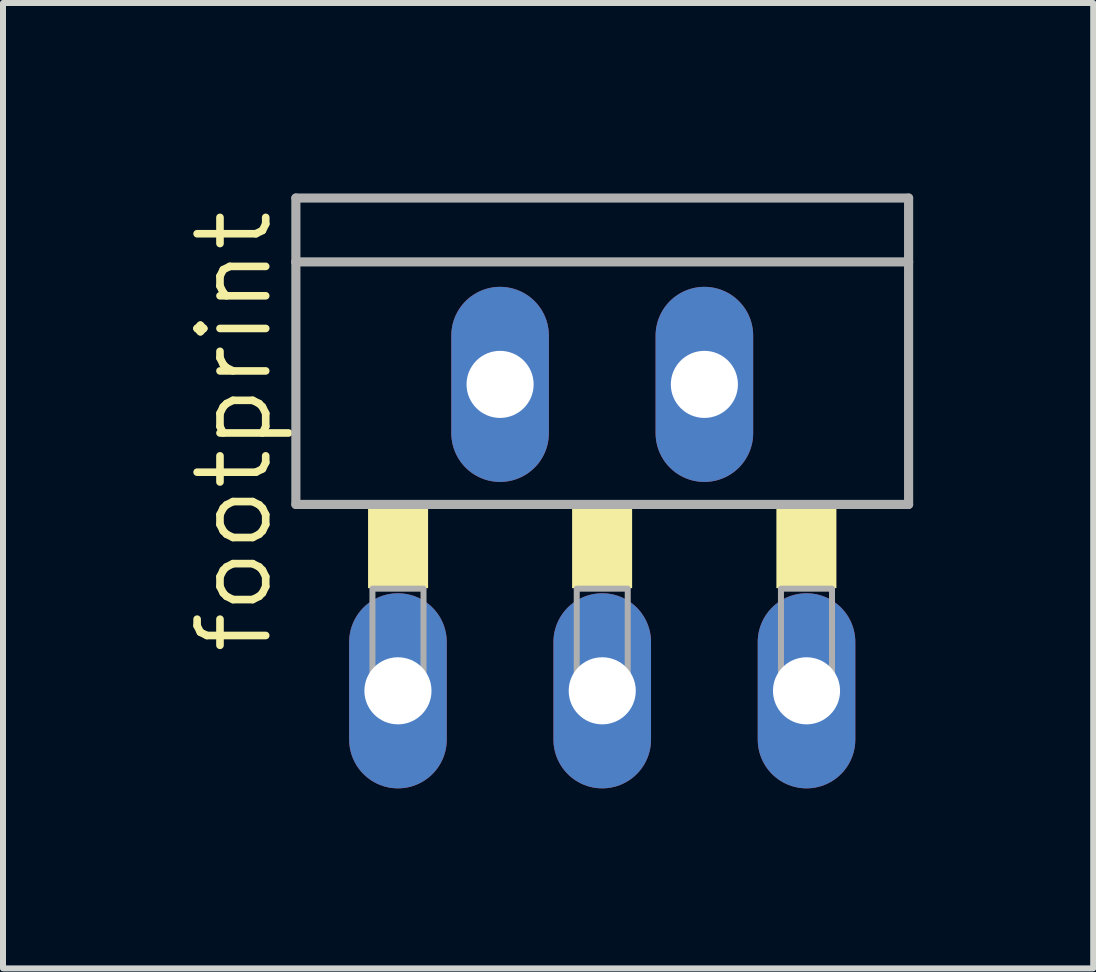
<source format=kicad_pcb>
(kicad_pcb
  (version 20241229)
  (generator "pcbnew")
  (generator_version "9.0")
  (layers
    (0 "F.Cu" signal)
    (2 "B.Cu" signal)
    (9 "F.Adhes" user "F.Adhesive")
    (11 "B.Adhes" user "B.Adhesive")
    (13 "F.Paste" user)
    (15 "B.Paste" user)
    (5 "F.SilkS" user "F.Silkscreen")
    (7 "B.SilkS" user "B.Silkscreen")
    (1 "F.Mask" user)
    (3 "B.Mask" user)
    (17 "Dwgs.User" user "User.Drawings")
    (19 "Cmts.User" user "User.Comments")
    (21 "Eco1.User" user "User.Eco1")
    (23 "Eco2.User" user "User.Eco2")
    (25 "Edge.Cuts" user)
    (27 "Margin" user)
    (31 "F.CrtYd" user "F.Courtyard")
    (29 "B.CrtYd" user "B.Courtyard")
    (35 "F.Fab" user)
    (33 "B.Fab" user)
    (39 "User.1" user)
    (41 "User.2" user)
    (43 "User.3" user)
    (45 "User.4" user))
  (footprint "footprint"
    (layer "F.Cu")
    (at 6.985 0.25)
    (property "Reference" "footprint" (at -5.461 7.645 90) (layer "F.SilkS") (effects (font (size 1.143 1.143) (thickness 0.127)) (justify left bottom)))
    (fp_poly (pts (xy -3.902 6.5) (xy -2.902 6.5) (xy -2.902 5.15) (xy -3.902 5.15)) (stroke (width 0) (type solid)) (fill yes) (layer "F.SilkS"))
    (fp_poly (pts (xy -0.502 6.5) (xy 0.498 6.5) (xy 0.498 5.15) (xy -0.502 5.15)) (stroke (width 0) (type solid)) (fill yes) (layer "F.SilkS"))
    (fp_poly (pts (xy 2.902 6.5) (xy 3.902 6.5) (xy 3.902 5.15) (xy 2.902 5.15)) (stroke (width 0) (type solid)) (fill yes) (layer "F.SilkS"))
    (fp_line (start -5.105 0) (end 5.105 0) (stroke (width 0.152) (type solid)) (layer "F.Fab"))
    (fp_line (start -5.105 1.064) (end -5.105 0) (stroke (width 0.152) (type solid)) (layer "F.Fab"))
    (fp_line (start -5.105 1.064) (end 5.105 1.064) (stroke (width 0.152) (type solid)) (layer "F.Fab"))
    (fp_line (start -5.105 5.105) (end -5.105 1.064) (stroke (width 0.152) (type solid)) (layer "F.Fab"))
    (fp_line (start 5.105 0) (end 5.105 1.064) (stroke (width 0.152) (type solid)) (layer "F.Fab"))
    (fp_line (start 5.105 1.064) (end 5.105 5.105) (stroke (width 0.152) (type solid)) (layer "F.Fab"))
    (fp_line (start 5.105 5.105) (end -5.105 5.105) (stroke (width 0.152) (type solid)) (layer "F.Fab"))
    (fp_poly (pts (xy -3.829 8.211) (xy -2.978 8.211) (xy -2.978 6.509) (xy -3.829 6.509)) (stroke (width 0.1) (type solid)) (fill no) (layer "F.Fab"))
    (fp_poly (pts (xy -0.425 8.211) (xy 0.425 8.211) (xy 0.425 6.509) (xy -0.425 6.509)) (stroke (width 0.1) (type solid)) (fill no) (layer "F.Fab"))
    (fp_poly (pts (xy 2.978 8.211) (xy 3.829 8.211) (xy 3.829 6.509) (xy 2.978 6.509)) (stroke (width 0.1) (type solid)) (fill no) (layer "F.Fab"))
    (pad "1" thru_hole oval (at -3.404 8.211 90) (size 3.251 1.626) (drill 1.118) (layers "*.Cu" "*.Mask"))
    (pad "2" thru_hole oval (at -1.702 3.105 90) (size 3.251 1.626) (drill 1.118) (layers "*.Cu" "*.Mask"))
    (pad "3" thru_hole oval (at 0 8.211 90) (size 3.251 1.626) (drill 1.118) (layers "*.Cu" "*.Mask"))
    (pad "4" thru_hole oval (at 1.702 3.105 90) (size 3.251 1.626) (drill 1.118) (layers "*.Cu" "*.Mask"))
    (pad "5" thru_hole oval (at 3.404 8.211 90) (size 3.251 1.626) (drill 1.118) (layers "*.Cu" "*.Mask")))
  (gr_rect
    (start -3 -3)
    (end 15.166 13.086)
    (stroke (width 0.1) (type default))
    (fill no)
    (layer "Edge.Cuts")))
</source>
